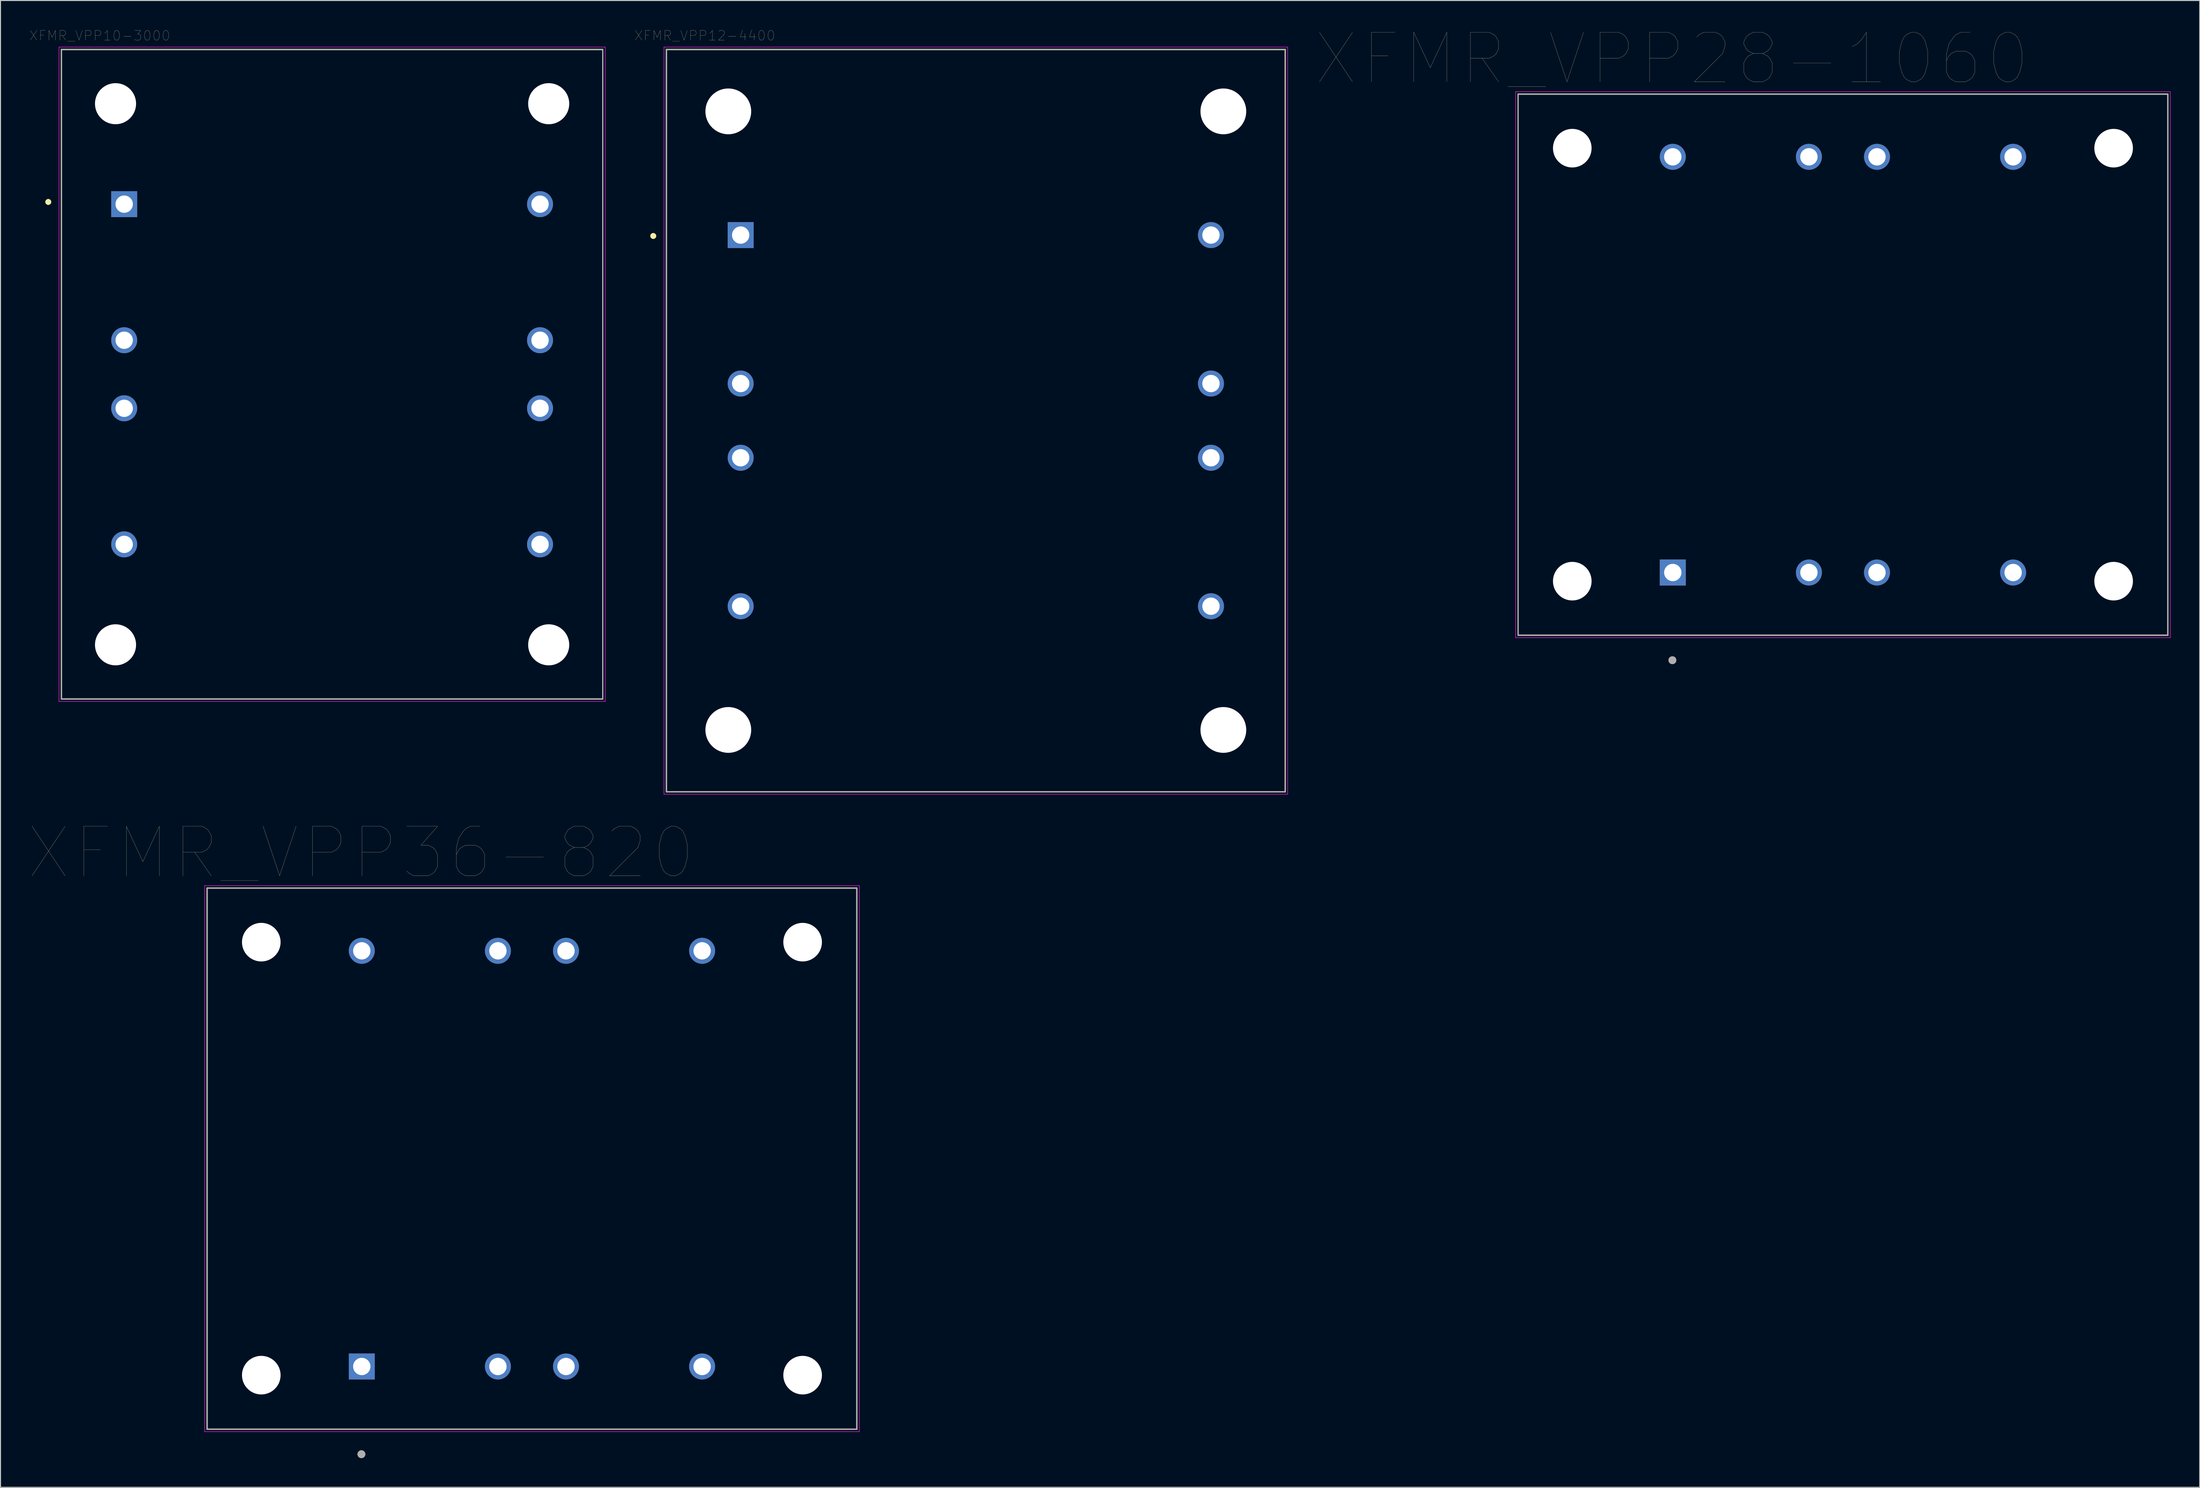
<source format=kicad_pcb>
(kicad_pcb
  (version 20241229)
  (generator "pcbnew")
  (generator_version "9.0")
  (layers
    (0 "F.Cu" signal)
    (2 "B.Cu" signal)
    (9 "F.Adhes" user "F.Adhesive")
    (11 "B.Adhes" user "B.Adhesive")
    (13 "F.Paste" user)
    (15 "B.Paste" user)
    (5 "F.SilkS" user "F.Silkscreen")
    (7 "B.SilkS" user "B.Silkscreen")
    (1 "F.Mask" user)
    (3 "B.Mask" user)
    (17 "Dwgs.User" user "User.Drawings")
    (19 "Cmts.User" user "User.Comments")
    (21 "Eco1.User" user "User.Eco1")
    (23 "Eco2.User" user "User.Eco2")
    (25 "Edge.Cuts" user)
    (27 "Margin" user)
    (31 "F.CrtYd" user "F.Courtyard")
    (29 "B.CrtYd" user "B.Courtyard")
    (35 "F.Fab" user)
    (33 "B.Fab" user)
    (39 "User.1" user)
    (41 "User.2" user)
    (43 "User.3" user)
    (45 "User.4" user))
  (footprint "XFMR_VPP36-820"
    (layer "F.Cu")
    (at 51.537 115.894)
    (property "Reference" "XFMR_VPP36-820" (at -17.551 -31.388 0) (layer "F.SilkS") (effects (font (size 5.08 5.08) (thickness 0.015))))
    (attr through_hole)
    (fp_line (start -33.337 -27.775) (end 33.337 -27.775) (stroke (width 0.127) (type solid)) (layer "F.SilkS"))
    (fp_line (start -33.337 27.775) (end -33.337 -27.775) (stroke (width 0.127) (type solid)) (layer "F.SilkS"))
    (fp_line (start 33.337 -27.775) (end 33.337 27.775) (stroke (width 0.127) (type solid)) (layer "F.SilkS"))
    (fp_line (start 33.337 27.775) (end -33.337 27.775) (stroke (width 0.127) (type solid)) (layer "F.SilkS"))
    (fp_circle (center -17.5 30.34) (end -17.3 30.34) (stroke (width 0.4) (type solid)) (fill no) (layer "F.SilkS"))
    (fp_line (start -33.587 -28.025) (end 33.587 -28.025) (stroke (width 0.05) (type solid)) (layer "F.CrtYd"))
    (fp_line (start -33.587 28.025) (end -33.587 -28.025) (stroke (width 0.05) (type solid)) (layer "F.CrtYd"))
    (fp_line (start 33.587 -28.025) (end 33.587 28.025) (stroke (width 0.05) (type solid)) (layer "F.CrtYd"))
    (fp_line (start 33.587 28.025) (end -33.587 28.025) (stroke (width 0.05) (type solid)) (layer "F.CrtYd"))
    (fp_line (start -33.337 -27.775) (end 33.337 -27.775) (stroke (width 0.127) (type solid)) (layer "F.Fab"))
    (fp_line (start -33.337 27.775) (end -33.337 -27.775) (stroke (width 0.127) (type solid)) (layer "F.Fab"))
    (fp_line (start 33.337 -27.775) (end 33.337 27.775) (stroke (width 0.127) (type solid)) (layer "F.Fab"))
    (fp_line (start 33.337 27.775) (end -33.337 27.775) (stroke (width 0.127) (type solid)) (layer "F.Fab"))
    (fp_circle (center -17.5 30.34) (end -17.3 30.34) (stroke (width 0.4) (type solid)) (fill no) (layer "F.Fab"))
    (pad "" np_thru_hole circle (at -27.775 -22.225) (size 3.962 3.962) (drill 3.962) (layers "*.Cu" "*.Mask"))
    (pad "" np_thru_hole circle (at -27.775 22.225) (size 3.962 3.962) (drill 3.962) (layers "*.Cu" "*.Mask"))
    (pad "" np_thru_hole circle (at 27.775 -22.225) (size 3.962 3.962) (drill 3.962) (layers "*.Cu" "*.Mask"))
    (pad "" np_thru_hole circle (at 27.775 22.225) (size 3.962 3.962) (drill 3.962) (layers "*.Cu" "*.Mask"))
    (pad "1" thru_hole rect (at -17.462 21.336) (size 2.667 2.667) (drill 1.778) (layers "*.Cu" "*.Mask"))
    (pad "3" thru_hole circle (at -3.493 21.336) (size 2.667 2.667) (drill 1.778) (layers "*.Cu" "*.Mask"))
    (pad "4" thru_hole circle (at 3.493 21.336) (size 2.667 2.667) (drill 1.778) (layers "*.Cu" "*.Mask"))
    (pad "6" thru_hole circle (at 17.462 21.336) (size 2.667 2.667) (drill 1.778) (layers "*.Cu" "*.Mask"))
    (pad "7" thru_hole circle (at -17.462 -21.336) (size 2.667 2.667) (drill 1.778) (layers "*.Cu" "*.Mask"))
    (pad "9" thru_hole circle (at -3.493 -21.336) (size 2.667 2.667) (drill 1.778) (layers "*.Cu" "*.Mask"))
    (pad "10" thru_hole circle (at 3.493 -21.336) (size 2.667 2.667) (drill 1.778) (layers "*.Cu" "*.Mask"))
    (pad "12" thru_hole circle (at 17.462 -21.336) (size 2.667 2.667) (drill 1.778) (layers "*.Cu" "*.Mask")))
  (footprint "XFMR_VPP12-4400"
    (layer "F.Cu")
    (at 97.085 40.133)
    (property "Reference" "XFMR_VPP12-4400" (at -27.821 -39.522 0) (layer "F.SilkS") (effects (font (size 1 1) (thickness 0.015))))
    (attr through_hole)
    (fp_line (start -31.75 -38.1) (end -31.75 38.1) (stroke (width 0.127) (type solid)) (layer "F.SilkS"))
    (fp_line (start -31.75 -38.1) (end 31.75 -38.1) (stroke (width 0.127) (type solid)) (layer "F.SilkS"))
    (fp_line (start -31.75 38.1) (end 31.75 38.1) (stroke (width 0.127) (type solid)) (layer "F.SilkS"))
    (fp_line (start 31.75 -38.1) (end 31.75 38.1) (stroke (width 0.127) (type solid)) (layer "F.SilkS"))
    (fp_circle (center -33.1 -18.959) (end -32.942 -18.959) (stroke (width 0.3) (type solid)) (fill no) (layer "F.SilkS"))
    (fp_line (start -32 -38.35) (end 32 -38.35) (stroke (width 0.05) (type solid)) (layer "F.CrtYd"))
    (fp_line (start -32 38.35) (end -32 -38.35) (stroke (width 0.05) (type solid)) (layer "F.CrtYd"))
    (fp_line (start 32 -38.35) (end 32 38.35) (stroke (width 0.05) (type solid)) (layer "F.CrtYd"))
    (fp_line (start 32 38.35) (end -32 38.35) (stroke (width 0.05) (type solid)) (layer "F.CrtYd"))
    (fp_line (start -31.75 -38.1) (end -31.75 38.1) (stroke (width 0.127) (type solid)) (layer "F.Fab"))
    (fp_line (start -31.75 -38.1) (end 31.75 -38.1) (stroke (width 0.127) (type solid)) (layer "F.Fab"))
    (fp_line (start -31.75 38.1) (end 31.75 38.1) (stroke (width 0.127) (type solid)) (layer "F.Fab"))
    (fp_line (start 31.75 -38.1) (end 31.75 38.1) (stroke (width 0.127) (type solid)) (layer "F.Fab"))
    (pad "" np_thru_hole circle (at -25.4 -31.75) (size 4.699 4.699) (drill 4.699) (layers "*.Cu" "*.Mask"))
    (pad "" np_thru_hole circle (at -25.4 31.75) (size 4.699 4.699) (drill 4.699) (layers "*.Cu" "*.Mask"))
    (pad "" np_thru_hole circle (at 25.4 -31.75) (size 4.699 4.699) (drill 4.699) (layers "*.Cu" "*.Mask"))
    (pad "" np_thru_hole circle (at 25.4 31.75) (size 4.699 4.699) (drill 4.699) (layers "*.Cu" "*.Mask"))
    (pad "1" thru_hole rect (at -24.13 -19.05) (size 2.667 2.667) (drill 1.778) (layers "*.Cu" "*.Mask"))
    (pad "3" thru_hole circle (at -24.13 -3.81) (size 2.667 2.667) (drill 1.778) (layers "*.Cu" "*.Mask"))
    (pad "4" thru_hole circle (at -24.13 3.81) (size 2.667 2.667) (drill 1.778) (layers "*.Cu" "*.Mask"))
    (pad "6" thru_hole circle (at -24.13 19.05) (size 2.667 2.667) (drill 1.778) (layers "*.Cu" "*.Mask"))
    (pad "7" thru_hole circle (at 24.13 -19.05) (size 2.667 2.667) (drill 1.778) (layers "*.Cu" "*.Mask"))
    (pad "9" thru_hole circle (at 24.13 -3.81) (size 2.667 2.667) (drill 1.778) (layers "*.Cu" "*.Mask"))
    (pad "10" thru_hole circle (at 24.13 3.81) (size 2.667 2.667) (drill 1.778) (layers "*.Cu" "*.Mask"))
    (pad "12" thru_hole circle (at 24.13 19.05) (size 2.667 2.667) (drill 1.778) (layers "*.Cu" "*.Mask")))
  (footprint "XFMR_VPP28-1060"
    (layer "F.Cu")
    (at 186.066 34.386)
    (property "Reference" "XFMR_VPP28-1060" (at -17.551 -31.388 0) (layer "F.SilkS") (effects (font (size 5.08 5.08) (thickness 0.015))))
    (attr through_hole)
    (fp_line (start -33.337 -27.775) (end 33.337 -27.775) (stroke (width 0.127) (type solid)) (layer "F.SilkS"))
    (fp_line (start -33.337 27.775) (end -33.337 -27.775) (stroke (width 0.127) (type solid)) (layer "F.SilkS"))
    (fp_line (start 33.337 -27.775) (end 33.337 27.775) (stroke (width 0.127) (type solid)) (layer "F.SilkS"))
    (fp_line (start 33.337 27.775) (end -33.337 27.775) (stroke (width 0.127) (type solid)) (layer "F.SilkS"))
    (fp_circle (center -17.5 30.34) (end -17.3 30.34) (stroke (width 0.4) (type solid)) (fill no) (layer "F.SilkS"))
    (fp_line (start -33.587 -28.025) (end 33.587 -28.025) (stroke (width 0.05) (type solid)) (layer "F.CrtYd"))
    (fp_line (start -33.587 28.025) (end -33.587 -28.025) (stroke (width 0.05) (type solid)) (layer "F.CrtYd"))
    (fp_line (start 33.587 -28.025) (end 33.587 28.025) (stroke (width 0.05) (type solid)) (layer "F.CrtYd"))
    (fp_line (start 33.587 28.025) (end -33.587 28.025) (stroke (width 0.05) (type solid)) (layer "F.CrtYd"))
    (fp_line (start -33.337 -27.775) (end 33.337 -27.775) (stroke (width 0.127) (type solid)) (layer "F.Fab"))
    (fp_line (start -33.337 27.775) (end -33.337 -27.775) (stroke (width 0.127) (type solid)) (layer "F.Fab"))
    (fp_line (start 33.337 -27.775) (end 33.337 27.775) (stroke (width 0.127) (type solid)) (layer "F.Fab"))
    (fp_line (start 33.337 27.775) (end -33.337 27.775) (stroke (width 0.127) (type solid)) (layer "F.Fab"))
    (fp_circle (center -17.5 30.34) (end -17.3 30.34) (stroke (width 0.4) (type solid)) (fill no) (layer "F.Fab"))
    (pad "" np_thru_hole circle (at -27.775 -22.225) (size 3.962 3.962) (drill 3.962) (layers "*.Cu" "*.Mask"))
    (pad "" np_thru_hole circle (at -27.775 22.225) (size 3.962 3.962) (drill 3.962) (layers "*.Cu" "*.Mask"))
    (pad "" np_thru_hole circle (at 27.775 -22.225) (size 3.962 3.962) (drill 3.962) (layers "*.Cu" "*.Mask"))
    (pad "" np_thru_hole circle (at 27.775 22.225) (size 3.962 3.962) (drill 3.962) (layers "*.Cu" "*.Mask"))
    (pad "1" thru_hole rect (at -17.462 21.336) (size 2.667 2.667) (drill 1.778) (layers "*.Cu" "*.Mask"))
    (pad "3" thru_hole circle (at -3.493 21.336) (size 2.667 2.667) (drill 1.778) (layers "*.Cu" "*.Mask"))
    (pad "4" thru_hole circle (at 3.493 21.336) (size 2.667 2.667) (drill 1.778) (layers "*.Cu" "*.Mask"))
    (pad "6" thru_hole circle (at 17.462 21.336) (size 2.667 2.667) (drill 1.778) (layers "*.Cu" "*.Mask"))
    (pad "7" thru_hole circle (at -17.462 -21.336) (size 2.667 2.667) (drill 1.778) (layers "*.Cu" "*.Mask"))
    (pad "9" thru_hole circle (at -3.493 -21.336) (size 2.667 2.667) (drill 1.778) (layers "*.Cu" "*.Mask"))
    (pad "10" thru_hole circle (at 3.493 -21.336) (size 2.667 2.667) (drill 1.778) (layers "*.Cu" "*.Mask"))
    (pad "12" thru_hole circle (at 17.462 -21.336) (size 2.667 2.667) (drill 1.778) (layers "*.Cu" "*.Mask")))
  (footprint "XFMR_VPP10-3000"
    (layer "F.Cu")
    (at 31.03 35.37)
    (property "Reference" "XFMR_VPP10-3000" (at -23.846 -34.759 0) (layer "F.SilkS") (effects (font (size 1 1) (thickness 0.015))))
    (attr through_hole)
    (fp_line (start -27.775 -33.337) (end -27.775 33.337) (stroke (width 0.127) (type solid)) (layer "F.SilkS"))
    (fp_line (start -27.775 -33.337) (end 27.775 -33.337) (stroke (width 0.127) (type solid)) (layer "F.SilkS"))
    (fp_line (start -27.775 33.337) (end 27.775 33.337) (stroke (width 0.127) (type solid)) (layer "F.SilkS"))
    (fp_line (start 27.775 -33.337) (end 27.775 33.337) (stroke (width 0.127) (type solid)) (layer "F.SilkS"))
    (fp_circle (center -29.125 -17.689) (end -28.967 -17.689) (stroke (width 0.3) (type solid)) (fill no) (layer "F.SilkS"))
    (fp_line (start -28.025 -33.587) (end 28.025 -33.587) (stroke (width 0.05) (type solid)) (layer "F.CrtYd"))
    (fp_line (start -28.025 33.587) (end -28.025 -33.587) (stroke (width 0.05) (type solid)) (layer "F.CrtYd"))
    (fp_line (start 28.025 -33.587) (end 28.025 33.587) (stroke (width 0.05) (type solid)) (layer "F.CrtYd"))
    (fp_line (start 28.025 33.587) (end -28.025 33.587) (stroke (width 0.05) (type solid)) (layer "F.CrtYd"))
    (fp_line (start -27.775 -33.337) (end -27.775 33.337) (stroke (width 0.127) (type solid)) (layer "F.Fab"))
    (fp_line (start -27.775 -33.337) (end 27.775 -33.337) (stroke (width 0.127) (type solid)) (layer "F.Fab"))
    (fp_line (start -27.775 33.337) (end 27.775 33.337) (stroke (width 0.127) (type solid)) (layer "F.Fab"))
    (fp_line (start 27.775 -33.337) (end 27.775 33.337) (stroke (width 0.127) (type solid)) (layer "F.Fab"))
    (pad "" np_thru_hole circle (at -22.225 -27.775) (size 4.216 4.216) (drill 4.216) (layers "*.Cu" "*.Mask"))
    (pad "" np_thru_hole circle (at -22.225 27.775) (size 4.216 4.216) (drill 4.216) (layers "*.Cu" "*.Mask"))
    (pad "" np_thru_hole circle (at 22.225 -27.775) (size 4.216 4.216) (drill 4.216) (layers "*.Cu" "*.Mask"))
    (pad "" np_thru_hole circle (at 22.225 27.775) (size 4.216 4.216) (drill 4.216) (layers "*.Cu" "*.Mask"))
    (pad "1" thru_hole rect (at -21.336 -17.462) (size 2.667 2.667) (drill 1.778) (layers "*.Cu" "*.Mask"))
    (pad "3" thru_hole circle (at -21.336 -3.493) (size 2.667 2.667) (drill 1.778) (layers "*.Cu" "*.Mask"))
    (pad "4" thru_hole circle (at -21.336 3.493) (size 2.667 2.667) (drill 1.778) (layers "*.Cu" "*.Mask"))
    (pad "6" thru_hole circle (at -21.336 17.462) (size 2.667 2.667) (drill 1.778) (layers "*.Cu" "*.Mask"))
    (pad "7" thru_hole circle (at 21.336 -17.462) (size 2.667 2.667) (drill 1.778) (layers "*.Cu" "*.Mask"))
    (pad "9" thru_hole circle (at 21.336 -3.493) (size 2.667 2.667) (drill 1.778) (layers "*.Cu" "*.Mask"))
    (pad "10" thru_hole circle (at 21.336 3.493) (size 2.667 2.667) (drill 1.778) (layers "*.Cu" "*.Mask"))
    (pad "12" thru_hole circle (at 21.336 17.462) (size 2.667 2.667) (drill 1.778) (layers "*.Cu" "*.Mask")))
  (gr_rect
    (start -3 -3)
    (end 222.678 149.635)
    (stroke (width 0.1) (type default))
    (fill no)
    (layer "Edge.Cuts")))
</source>
